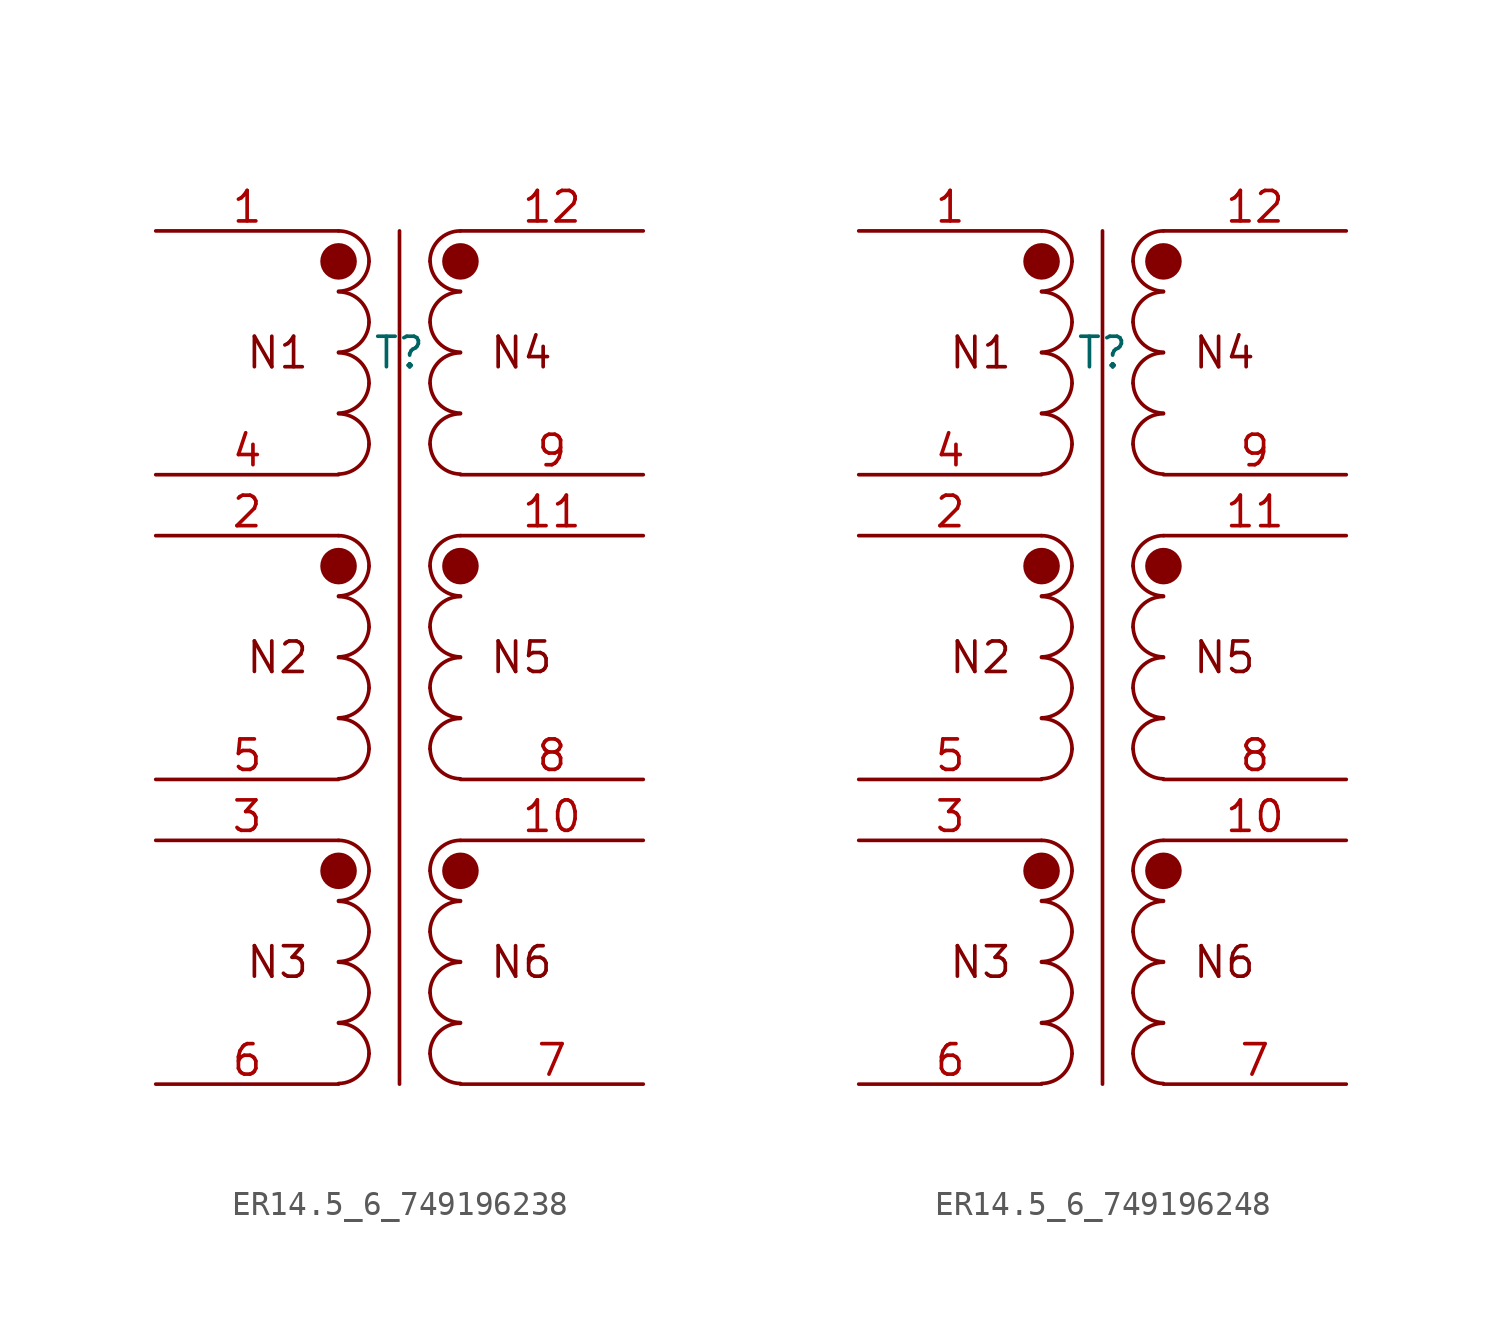
<source format=kicad_sym>
(kicad_symbol_lib
  (version 20220914)
  (generator kicad_symbol_editor)
  (symbol "ER14.5_6_749196238"
    (pin_names hide)
    (property "Reference" "T"
      (at 0 12.7 0)
      (effects (font (size 1.27 1.27))))
    (property "Critical Parameter" ""
      (at 0 -5.08 0)
      (effects (font (size 1.27 1.27)) (justify left)))
    (symbol "ER14.5_6_749196238_0_1"
      (arc (start -2.54 -17.7546) (mid -1.6561 -17.3863) (end -1.27 -16.51) (stroke (width 0) (type default)) (fill (type none)))
      (arc (start -2.54 -15.2146) (mid -1.6561 -14.8463) (end -1.27 -13.97) (stroke (width 0) (type default)) (fill (type none)))
      (arc (start -2.54 -12.6746) (mid -1.6561 -12.3063) (end -1.27 -11.43) (stroke (width 0) (type default)) (fill (type none)))
      (arc (start -2.54 -10.1346) (mid -1.6561 -9.7663) (end -1.27 -8.89) (stroke (width 0) (type default)) (fill (type none)))
      (arc (start -2.54 -5.0546) (mid -1.6561 -4.6863) (end -1.27 -3.81) (stroke (width 0) (type default)) (fill (type none)))
      (arc (start -2.54 -2.5146) (mid -1.6561 -2.1463) (end -1.27 -1.27) (stroke (width 0) (type default)) (fill (type none)))
      (arc (start -2.54 0.0254) (mid -1.6561 0.3937) (end -1.27 1.27) (stroke (width 0) (type default)) (fill (type none)))
      (arc (start -2.54 2.5654) (mid -1.6561 2.9337) (end -1.27 3.81) (stroke (width 0) (type default)) (fill (type none)))
      (arc (start -2.54 7.6454) (mid -1.6561 8.0137) (end -1.27 8.89) (stroke (width 0) (type default)) (fill (type none)))
      (arc (start -2.54 10.1854) (mid -1.6561 10.5537) (end -1.27 11.43) (stroke (width 0) (type default)) (fill (type none)))
      (arc (start -2.54 12.7254) (mid -1.6561 13.0937) (end -1.27 13.97) (stroke (width 0) (type default)) (fill (type none)))
      (arc (start -2.54 15.2654) (mid -1.6561 15.6337) (end -1.27 16.51) (stroke (width 0) (type default)) (fill (type none)))
      (arc (start -1.27 -16.51) (mid -1.642 -15.612) (end -2.54 -15.24) (stroke (width 0) (type default)) (fill (type none)))
      (arc (start -1.27 -13.97) (mid -1.642 -13.072) (end -2.54 -12.7) (stroke (width 0) (type default)) (fill (type none)))
      (arc (start -1.27 -11.43) (mid -1.642 -10.532) (end -2.54 -10.16) (stroke (width 0) (type default)) (fill (type none)))
      (arc (start -1.27 -8.89) (mid -1.642 -7.992) (end -2.54 -7.62) (stroke (width 0) (type default)) (fill (type none)))
      (arc (start -1.27 -3.81) (mid -1.642 -2.912) (end -2.54 -2.54) (stroke (width 0) (type default)) (fill (type none)))
      (arc (start -1.27 -1.27) (mid -1.642 -0.372) (end -2.54 0) (stroke (width 0) (type default)) (fill (type none)))
      (arc (start -1.27 1.27) (mid -1.642 2.168) (end -2.54 2.54) (stroke (width 0) (type default)) (fill (type none)))
      (arc (start -1.27 3.81) (mid -1.642 4.708) (end -2.54 5.08) (stroke (width 0) (type default)) (fill (type none)))
      (arc (start -1.27 8.89) (mid -1.642 9.788) (end -2.54 10.16) (stroke (width 0) (type default)) (fill (type none)))
      (arc (start -1.27 11.43) (mid -1.642 12.328) (end -2.54 12.7) (stroke (width 0) (type default)) (fill (type none)))
      (arc (start -1.27 13.97) (mid -1.642 14.868) (end -2.54 15.24) (stroke (width 0) (type default)) (fill (type none)))
      (arc (start -1.27 16.51) (mid -1.642 17.408) (end -2.54 17.78) (stroke (width 0) (type default)) (fill (type none)))
      (polyline (pts (xy 0 -17.78) (xy 0 17.78)) (stroke (width 0) (type default)) (fill (type none)))
      (arc (start 1.27 -16.51) (mid 1.6561 -17.3863) (end 2.54 -17.7546) (stroke (width 0) (type default)) (fill (type none)))
      (arc (start 1.27 -13.97) (mid 1.6561 -14.8463) (end 2.54 -15.2146) (stroke (width 0) (type default)) (fill (type none)))
      (arc (start 1.27 -11.43) (mid 1.6561 -12.3063) (end 2.54 -12.6746) (stroke (width 0) (type default)) (fill (type none)))
      (arc (start 1.27 -8.89) (mid 1.6561 -9.7663) (end 2.54 -10.1346) (stroke (width 0) (type default)) (fill (type none)))
      (arc (start 1.27 -3.81) (mid 1.6561 -4.6863) (end 2.54 -5.0546) (stroke (width 0) (type default)) (fill (type none)))
      (arc (start 1.27 -1.27) (mid 1.6561 -2.1463) (end 2.54 -2.5146) (stroke (width 0) (type default)) (fill (type none)))
      (arc (start 1.27 1.27) (mid 1.6561 0.3937) (end 2.54 0.0254) (stroke (width 0) (type default)) (fill (type none)))
      (arc (start 1.27 3.81) (mid 1.6561 2.9337) (end 2.54 2.5654) (stroke (width 0) (type default)) (fill (type none)))
      (arc (start 1.27 8.89) (mid 1.6561 8.0137) (end 2.54 7.6454) (stroke (width 0) (type default)) (fill (type none)))
      (arc (start 1.27 11.43) (mid 1.6561 10.5537) (end 2.54 10.1854) (stroke (width 0) (type default)) (fill (type none)))
      (arc (start 1.27 13.97) (mid 1.6561 13.0937) (end 2.54 12.7254) (stroke (width 0) (type default)) (fill (type none)))
      (arc (start 1.27 16.51) (mid 1.6561 15.6337) (end 2.54 15.2654) (stroke (width 0) (type default)) (fill (type none)))
      (arc (start 2.54 -15.24) (mid 1.642 -15.612) (end 1.27 -16.51) (stroke (width 0) (type default)) (fill (type none)))
      (arc (start 2.54 -12.7) (mid 1.642 -13.072) (end 1.27 -13.97) (stroke (width 0) (type default)) (fill (type none)))
      (arc (start 2.54 -10.16) (mid 1.642 -10.532) (end 1.27 -11.43) (stroke (width 0) (type default)) (fill (type none)))
      (arc (start 2.54 -7.62) (mid 1.642 -7.992) (end 1.27 -8.89) (stroke (width 0) (type default)) (fill (type none)))
      (arc (start 2.54 -2.54) (mid 1.642 -2.912) (end 1.27 -3.81) (stroke (width 0) (type default)) (fill (type none)))
      (arc (start 2.54 0) (mid 1.642 -0.372) (end 1.27 -1.27) (stroke (width 0) (type default)) (fill (type none)))
      (arc (start 2.54 2.54) (mid 1.642 2.168) (end 1.27 1.27) (stroke (width 0) (type default)) (fill (type none)))
      (arc (start 2.54 5.08) (mid 1.642 4.708) (end 1.27 3.81) (stroke (width 0) (type default)) (fill (type none)))
      (arc (start 2.54 10.16) (mid 1.642 9.788) (end 1.27 8.89) (stroke (width 0) (type default)) (fill (type none)))
      (arc (start 2.54 12.7) (mid 1.642 12.328) (end 1.27 11.43) (stroke (width 0) (type default)) (fill (type none)))
      (arc (start 2.54 15.24) (mid 1.642 14.868) (end 1.27 13.97) (stroke (width 0) (type default)) (fill (type none)))
      (arc (start 2.54 17.78) (mid 1.642 17.408) (end 1.27 16.51) (stroke (width 0) (type default)) (fill (type none))))
    (symbol "ER14.5_6_749196238_1_1"
      (circle (center -2.54 -8.89) (radius 0.0001) (stroke (width 0.762) (type default)) (fill (type none)))
      (circle (center -2.54 3.81) (radius 0.0001) (stroke (width 0.762) (type default)) (fill (type none)))
      (circle (center -2.54 16.51) (radius 0.0001) (stroke (width 0.762) (type default)) (fill (type none)))
      (circle (center 2.54 -8.89) (radius 0.0001) (stroke (width 0.762) (type default)) (fill (type none)))
      (circle (center 2.54 3.81) (radius 0.0001) (stroke (width 0.762) (type default)) (fill (type none)))
      (circle (center 2.54 16.51) (radius 0.0001) (stroke (width 0.762) (type default)) (fill (type none)))
      (text "N1" (at -5.08 12.7 0) (effects (font (size 1.27 1.27))))
      (text "N2" (at -5.08 0 0) (effects (font (size 1.27 1.27))))
      (text "N3" (at -5.08 -12.7 0) (effects (font (size 1.27 1.27))))
      (text "N4" (at 5.08 12.7 0) (effects (font (size 1.27 1.27))))
      (text "N5" (at 5.08 0 0) (effects (font (size 1.27 1.27))))
      (text "N6" (at 5.08 -12.7 0) (effects (font (size 1.27 1.27))))
      (pin passive line (at -10.16 17.78 0) (length 7.62) (name "1" (effects (font (size 1.27 1.27)))) (number "1" (effects (font (size 1.27 1.27)))))
      (pin passive line (at -10.16 7.62 0) (length 7.62) (name "4" (effects (font (size 1.27 1.27)))) (number "4" (effects (font (size 1.27 1.27)))))
      (pin passive line (at -10.16 5.08 0) (length 7.62) (name "2" (effects (font (size 1.27 1.27)))) (number "2" (effects (font (size 1.27 1.27)))))
      (pin passive line (at -10.16 -5.08 0) (length 7.62) (name "5" (effects (font (size 1.27 1.27)))) (number "5" (effects (font (size 1.27 1.27)))))
      (pin passive line (at -10.16 -7.62 0) (length 7.62) (name "3" (effects (font (size 1.27 1.27)))) (number "3" (effects (font (size 1.27 1.27)))))
      (pin passive line (at -10.16 -17.78 0) (length 7.62) (name "6" (effects (font (size 1.27 1.27)))) (number "6" (effects (font (size 1.27 1.27)))))
      (pin passive line (at 10.16 -17.78 180) (length 7.62) (name "7" (effects (font (size 1.27 1.27)))) (number "7" (effects (font (size 1.27 1.27)))))
      (pin passive line (at 10.16 -7.62 180) (length 7.62) (name "10" (effects (font (size 1.27 1.27)))) (number "10" (effects (font (size 1.27 1.27)))))
      (pin passive line (at 10.16 -5.08 180) (length 7.62) (name "8" (effects (font (size 1.27 1.27)))) (number "8" (effects (font (size 1.27 1.27)))))
      (pin passive line (at 10.16 5.08 180) (length 7.62) (name "11" (effects (font (size 1.27 1.27)))) (number "11" (effects (font (size 1.27 1.27)))))
      (pin passive line (at 10.16 7.62 180) (length 7.62) (name "9" (effects (font (size 1.27 1.27)))) (number "9" (effects (font (size 1.27 1.27)))))
      (pin passive line (at 10.16 17.78 180) (length 7.62) (name "12" (effects (font (size 1.27 1.27)))) (number "12" (effects (font (size 1.27 1.27)))))))
  (symbol "ER14.5_6_749196248"
    (pin_names hide)
    (property "Reference" "T"
      (at 0 12.7 0)
      (effects (font (size 1.27 1.27))))
    (property "Critical Parameter" ""
      (at 0 -5.08 0)
      (effects (font (size 1.27 1.27)) (justify left)))
    (symbol "ER14.5_6_749196248_0_1"
      (arc (start -2.54 -17.7546) (mid -1.6561 -17.3863) (end -1.27 -16.51) (stroke (width 0) (type default)) (fill (type none)))
      (arc (start -2.54 -15.2146) (mid -1.6561 -14.8463) (end -1.27 -13.97) (stroke (width 0) (type default)) (fill (type none)))
      (arc (start -2.54 -12.6746) (mid -1.6561 -12.3063) (end -1.27 -11.43) (stroke (width 0) (type default)) (fill (type none)))
      (arc (start -2.54 -10.1346) (mid -1.6561 -9.7663) (end -1.27 -8.89) (stroke (width 0) (type default)) (fill (type none)))
      (arc (start -2.54 -5.0546) (mid -1.6561 -4.6863) (end -1.27 -3.81) (stroke (width 0) (type default)) (fill (type none)))
      (arc (start -2.54 -2.5146) (mid -1.6561 -2.1463) (end -1.27 -1.27) (stroke (width 0) (type default)) (fill (type none)))
      (arc (start -2.54 0.0254) (mid -1.6561 0.3937) (end -1.27 1.27) (stroke (width 0) (type default)) (fill (type none)))
      (arc (start -2.54 2.5654) (mid -1.6561 2.9337) (end -1.27 3.81) (stroke (width 0) (type default)) (fill (type none)))
      (arc (start -2.54 7.6454) (mid -1.6561 8.0137) (end -1.27 8.89) (stroke (width 0) (type default)) (fill (type none)))
      (arc (start -2.54 10.1854) (mid -1.6561 10.5537) (end -1.27 11.43) (stroke (width 0) (type default)) (fill (type none)))
      (arc (start -2.54 12.7254) (mid -1.6561 13.0937) (end -1.27 13.97) (stroke (width 0) (type default)) (fill (type none)))
      (arc (start -2.54 15.2654) (mid -1.6561 15.6337) (end -1.27 16.51) (stroke (width 0) (type default)) (fill (type none)))
      (arc (start -1.27 -16.51) (mid -1.642 -15.612) (end -2.54 -15.24) (stroke (width 0) (type default)) (fill (type none)))
      (arc (start -1.27 -13.97) (mid -1.642 -13.072) (end -2.54 -12.7) (stroke (width 0) (type default)) (fill (type none)))
      (arc (start -1.27 -11.43) (mid -1.642 -10.532) (end -2.54 -10.16) (stroke (width 0) (type default)) (fill (type none)))
      (arc (start -1.27 -8.89) (mid -1.642 -7.992) (end -2.54 -7.62) (stroke (width 0) (type default)) (fill (type none)))
      (arc (start -1.27 -3.81) (mid -1.642 -2.912) (end -2.54 -2.54) (stroke (width 0) (type default)) (fill (type none)))
      (arc (start -1.27 -1.27) (mid -1.642 -0.372) (end -2.54 0) (stroke (width 0) (type default)) (fill (type none)))
      (arc (start -1.27 1.27) (mid -1.642 2.168) (end -2.54 2.54) (stroke (width 0) (type default)) (fill (type none)))
      (arc (start -1.27 3.81) (mid -1.642 4.708) (end -2.54 5.08) (stroke (width 0) (type default)) (fill (type none)))
      (arc (start -1.27 8.89) (mid -1.642 9.788) (end -2.54 10.16) (stroke (width 0) (type default)) (fill (type none)))
      (arc (start -1.27 11.43) (mid -1.642 12.328) (end -2.54 12.7) (stroke (width 0) (type default)) (fill (type none)))
      (arc (start -1.27 13.97) (mid -1.642 14.868) (end -2.54 15.24) (stroke (width 0) (type default)) (fill (type none)))
      (arc (start -1.27 16.51) (mid -1.642 17.408) (end -2.54 17.78) (stroke (width 0) (type default)) (fill (type none)))
      (polyline (pts (xy 0 -17.78) (xy 0 17.78)) (stroke (width 0) (type default)) (fill (type none)))
      (arc (start 1.27 -16.51) (mid 1.6561 -17.3863) (end 2.54 -17.7546) (stroke (width 0) (type default)) (fill (type none)))
      (arc (start 1.27 -13.97) (mid 1.6561 -14.8463) (end 2.54 -15.2146) (stroke (width 0) (type default)) (fill (type none)))
      (arc (start 1.27 -11.43) (mid 1.6561 -12.3063) (end 2.54 -12.6746) (stroke (width 0) (type default)) (fill (type none)))
      (arc (start 1.27 -8.89) (mid 1.6561 -9.7663) (end 2.54 -10.1346) (stroke (width 0) (type default)) (fill (type none)))
      (arc (start 1.27 -3.81) (mid 1.6561 -4.6863) (end 2.54 -5.0546) (stroke (width 0) (type default)) (fill (type none)))
      (arc (start 1.27 -1.27) (mid 1.6561 -2.1463) (end 2.54 -2.5146) (stroke (width 0) (type default)) (fill (type none)))
      (arc (start 1.27 1.27) (mid 1.6561 0.3937) (end 2.54 0.0254) (stroke (width 0) (type default)) (fill (type none)))
      (arc (start 1.27 3.81) (mid 1.6561 2.9337) (end 2.54 2.5654) (stroke (width 0) (type default)) (fill (type none)))
      (arc (start 1.27 8.89) (mid 1.6561 8.0137) (end 2.54 7.6454) (stroke (width 0) (type default)) (fill (type none)))
      (arc (start 1.27 11.43) (mid 1.6561 10.5537) (end 2.54 10.1854) (stroke (width 0) (type default)) (fill (type none)))
      (arc (start 1.27 13.97) (mid 1.6561 13.0937) (end 2.54 12.7254) (stroke (width 0) (type default)) (fill (type none)))
      (arc (start 1.27 16.51) (mid 1.6561 15.6337) (end 2.54 15.2654) (stroke (width 0) (type default)) (fill (type none)))
      (arc (start 2.54 -15.24) (mid 1.642 -15.612) (end 1.27 -16.51) (stroke (width 0) (type default)) (fill (type none)))
      (arc (start 2.54 -12.7) (mid 1.642 -13.072) (end 1.27 -13.97) (stroke (width 0) (type default)) (fill (type none)))
      (arc (start 2.54 -10.16) (mid 1.642 -10.532) (end 1.27 -11.43) (stroke (width 0) (type default)) (fill (type none)))
      (arc (start 2.54 -7.62) (mid 1.642 -7.992) (end 1.27 -8.89) (stroke (width 0) (type default)) (fill (type none)))
      (arc (start 2.54 -2.54) (mid 1.642 -2.912) (end 1.27 -3.81) (stroke (width 0) (type default)) (fill (type none)))
      (arc (start 2.54 0) (mid 1.642 -0.372) (end 1.27 -1.27) (stroke (width 0) (type default)) (fill (type none)))
      (arc (start 2.54 2.54) (mid 1.642 2.168) (end 1.27 1.27) (stroke (width 0) (type default)) (fill (type none)))
      (arc (start 2.54 5.08) (mid 1.642 4.708) (end 1.27 3.81) (stroke (width 0) (type default)) (fill (type none)))
      (arc (start 2.54 10.16) (mid 1.642 9.788) (end 1.27 8.89) (stroke (width 0) (type default)) (fill (type none)))
      (arc (start 2.54 12.7) (mid 1.642 12.328) (end 1.27 11.43) (stroke (width 0) (type default)) (fill (type none)))
      (arc (start 2.54 15.24) (mid 1.642 14.868) (end 1.27 13.97) (stroke (width 0) (type default)) (fill (type none)))
      (arc (start 2.54 17.78) (mid 1.642 17.408) (end 1.27 16.51) (stroke (width 0) (type default)) (fill (type none))))
    (symbol "ER14.5_6_749196248_1_1"
      (circle (center -2.54 -8.89) (radius 0.0001) (stroke (width 0.762) (type default)) (fill (type none)))
      (circle (center -2.54 3.81) (radius 0.0001) (stroke (width 0.762) (type default)) (fill (type none)))
      (circle (center -2.54 16.51) (radius 0.0001) (stroke (width 0.762) (type default)) (fill (type none)))
      (circle (center 2.54 -8.89) (radius 0.0001) (stroke (width 0.762) (type default)) (fill (type none)))
      (circle (center 2.54 3.81) (radius 0.0001) (stroke (width 0.762) (type default)) (fill (type none)))
      (circle (center 2.54 16.51) (radius 0.0001) (stroke (width 0.762) (type default)) (fill (type none)))
      (text "N1" (at -5.08 12.7 0) (effects (font (size 1.27 1.27))))
      (text "N2" (at -5.08 0 0) (effects (font (size 1.27 1.27))))
      (text "N3" (at -5.08 -12.7 0) (effects (font (size 1.27 1.27))))
      (text "N4" (at 5.08 12.7 0) (effects (font (size 1.27 1.27))))
      (text "N5" (at 5.08 0 0) (effects (font (size 1.27 1.27))))
      (text "N6" (at 5.08 -12.7 0) (effects (font (size 1.27 1.27))))
      (pin passive line (at -10.16 17.78 0) (length 7.62) (name "1" (effects (font (size 1.27 1.27)))) (number "1" (effects (font (size 1.27 1.27)))))
      (pin passive line (at -10.16 7.62 0) (length 7.62) (name "4" (effects (font (size 1.27 1.27)))) (number "4" (effects (font (size 1.27 1.27)))))
      (pin passive line (at -10.16 5.08 0) (length 7.62) (name "2" (effects (font (size 1.27 1.27)))) (number "2" (effects (font (size 1.27 1.27)))))
      (pin passive line (at -10.16 -5.08 0) (length 7.62) (name "5" (effects (font (size 1.27 1.27)))) (number "5" (effects (font (size 1.27 1.27)))))
      (pin passive line (at -10.16 -7.62 0) (length 7.62) (name "3" (effects (font (size 1.27 1.27)))) (number "3" (effects (font (size 1.27 1.27)))))
      (pin passive line (at -10.16 -17.78 0) (length 7.62) (name "6" (effects (font (size 1.27 1.27)))) (number "6" (effects (font (size 1.27 1.27)))))
      (pin passive line (at 10.16 -17.78 180) (length 7.62) (name "7" (effects (font (size 1.27 1.27)))) (number "7" (effects (font (size 1.27 1.27)))))
      (pin passive line (at 10.16 -7.62 180) (length 7.62) (name "10" (effects (font (size 1.27 1.27)))) (number "10" (effects (font (size 1.27 1.27)))))
      (pin passive line (at 10.16 -5.08 180) (length 7.62) (name "8" (effects (font (size 1.27 1.27)))) (number "8" (effects (font (size 1.27 1.27)))))
      (pin passive line (at 10.16 5.08 180) (length 7.62) (name "11" (effects (font (size 1.27 1.27)))) (number "11" (effects (font (size 1.27 1.27)))))
      (pin passive line (at 10.16 7.62 180) (length 7.62) (name "9" (effects (font (size 1.27 1.27)))) (number "9" (effects (font (size 1.27 1.27)))))
      (pin passive line (at 10.16 17.78 180) (length 7.62) (name "12" (effects (font (size 1.27 1.27)))) (number "12" (effects (font (size 1.27 1.27))))))))
</source>
